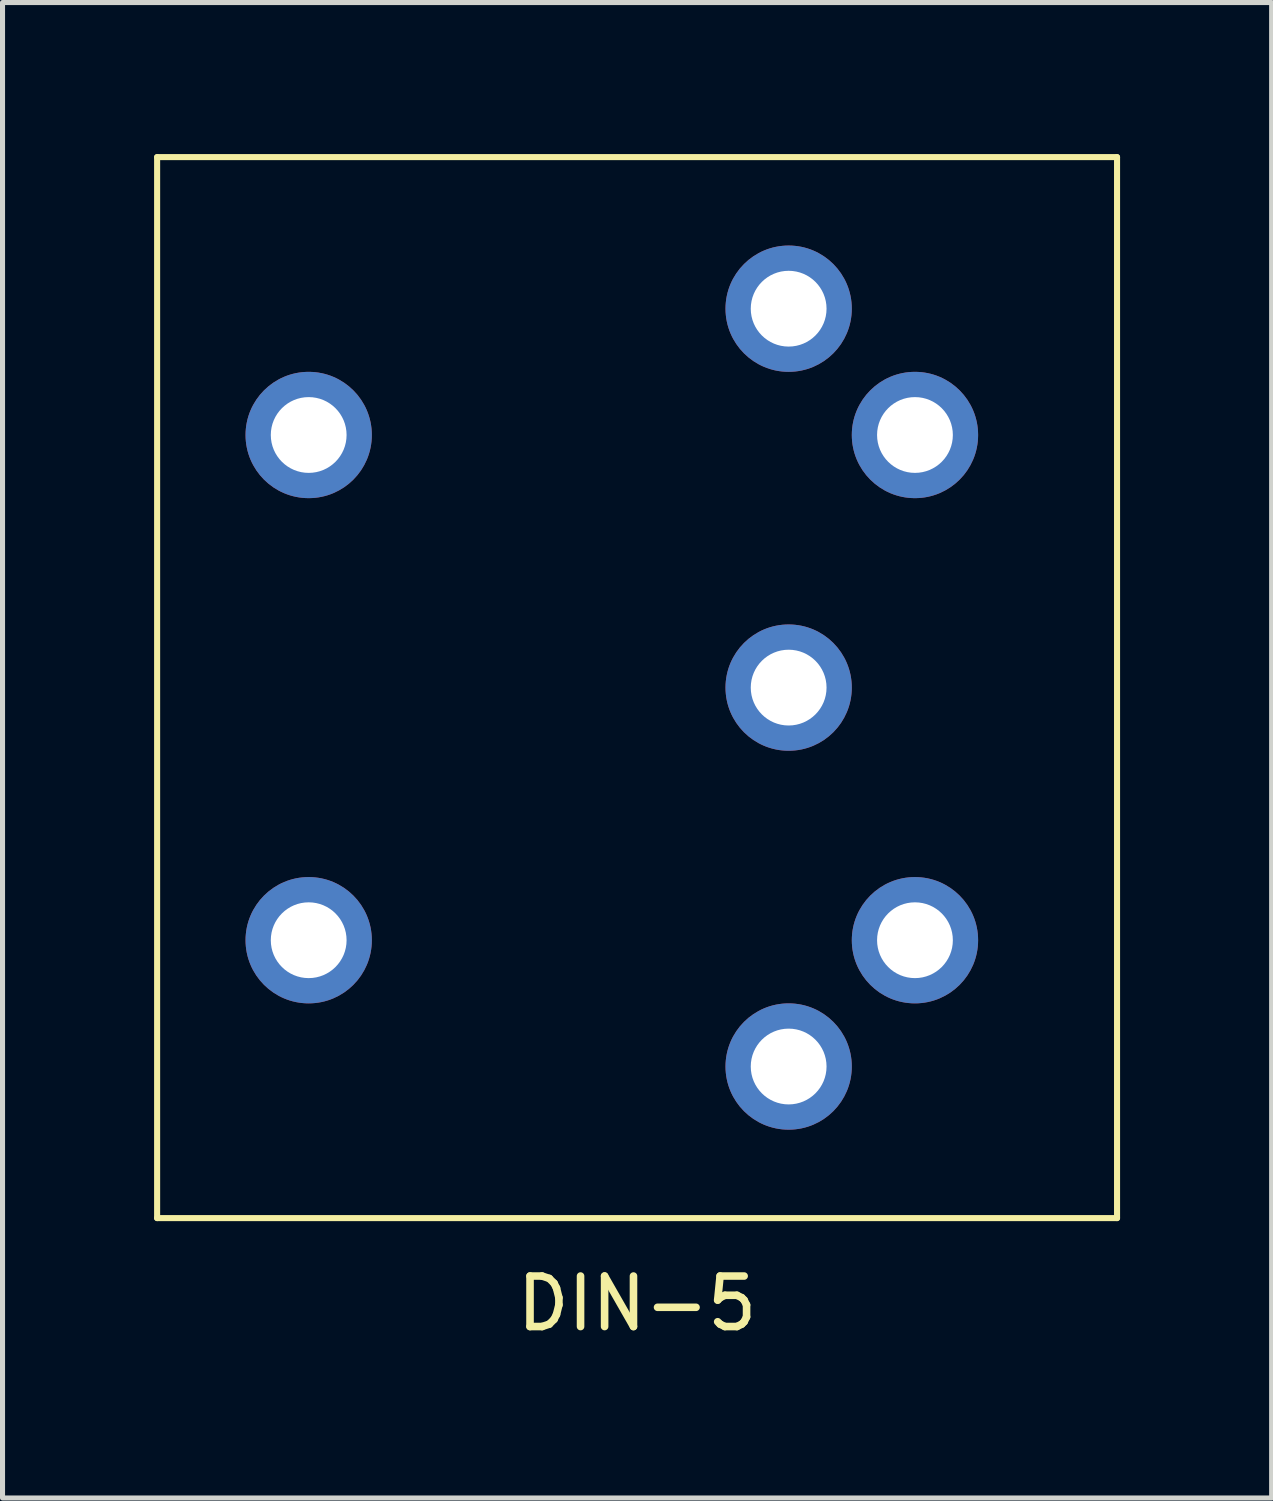
<source format=kicad_pcb>
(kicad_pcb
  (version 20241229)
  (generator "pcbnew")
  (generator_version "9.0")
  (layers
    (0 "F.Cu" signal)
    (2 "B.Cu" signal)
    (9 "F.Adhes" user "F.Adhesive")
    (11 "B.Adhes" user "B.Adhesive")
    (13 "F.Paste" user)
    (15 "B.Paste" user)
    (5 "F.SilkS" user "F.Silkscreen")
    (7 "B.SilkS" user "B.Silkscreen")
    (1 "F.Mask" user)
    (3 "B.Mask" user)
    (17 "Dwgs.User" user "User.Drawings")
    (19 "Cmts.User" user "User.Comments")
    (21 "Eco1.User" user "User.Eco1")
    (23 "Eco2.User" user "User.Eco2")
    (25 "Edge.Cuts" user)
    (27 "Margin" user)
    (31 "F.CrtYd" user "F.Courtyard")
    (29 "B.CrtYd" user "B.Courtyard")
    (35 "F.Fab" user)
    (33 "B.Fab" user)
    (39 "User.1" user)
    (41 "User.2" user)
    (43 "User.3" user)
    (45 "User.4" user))
  (footprint "DIN-5"
    (layer "F.Cu")
    (at 9.56 10.56)
    (property "Reference" "DIN-5" (at 0 12.192 0) (layer "F.SilkS") (effects (font (size 1 1) (thickness 0.15))))
    (attr through_hole)
    (fp_line (start -9.5 -10.5) (end -9.5 10.5) (stroke (width 0.12) (type solid)) (layer "F.SilkS"))
    (fp_line (start -9.5 -10.5) (end 9.5 -10.5) (stroke (width 0.12) (type solid)) (layer "F.SilkS"))
    (fp_line (start -9.5 10.5) (end 9.5 10.5) (stroke (width 0.12) (type solid)) (layer "F.SilkS"))
    (fp_line (start 9.5 10.5) (end 9.5 -10.5) (stroke (width 0.12) (type solid)) (layer "F.SilkS"))
    (pad "" thru_hole circle (at -6.5 -5) (size 2.5 2.5) (drill 1.5) (layers "*.Cu" "*.Mask"))
    (pad "" thru_hole circle (at -6.5 5) (size 2.5 2.5) (drill 1.5) (layers "*.Cu" "*.Mask"))
    (pad "1" thru_hole circle (at 3 7.5) (size 2.5 2.5) (drill 1.5) (layers "*.Cu" "*.Mask"))
    (pad "2" thru_hole circle (at 3 0) (size 2.5 2.5) (drill 1.5) (layers "*.Cu" "*.Mask"))
    (pad "3" thru_hole circle (at 3 -7.5) (size 2.5 2.5) (drill 1.5) (layers "*.Cu" "*.Mask"))
    (pad "4" thru_hole circle (at 5.5 5) (size 2.5 2.5) (drill 1.5) (layers "*.Cu" "*.Mask"))
    (pad "5" thru_hole circle (at 5.5 -5) (size 2.5 2.5) (drill 1.5) (layers "*.Cu" "*.Mask")))
  (gr_rect
    (start -3 -3)
    (end 22.12 26.6)
    (stroke (width 0.1) (type default))
    (fill no)
    (layer "Edge.Cuts")))
</source>
